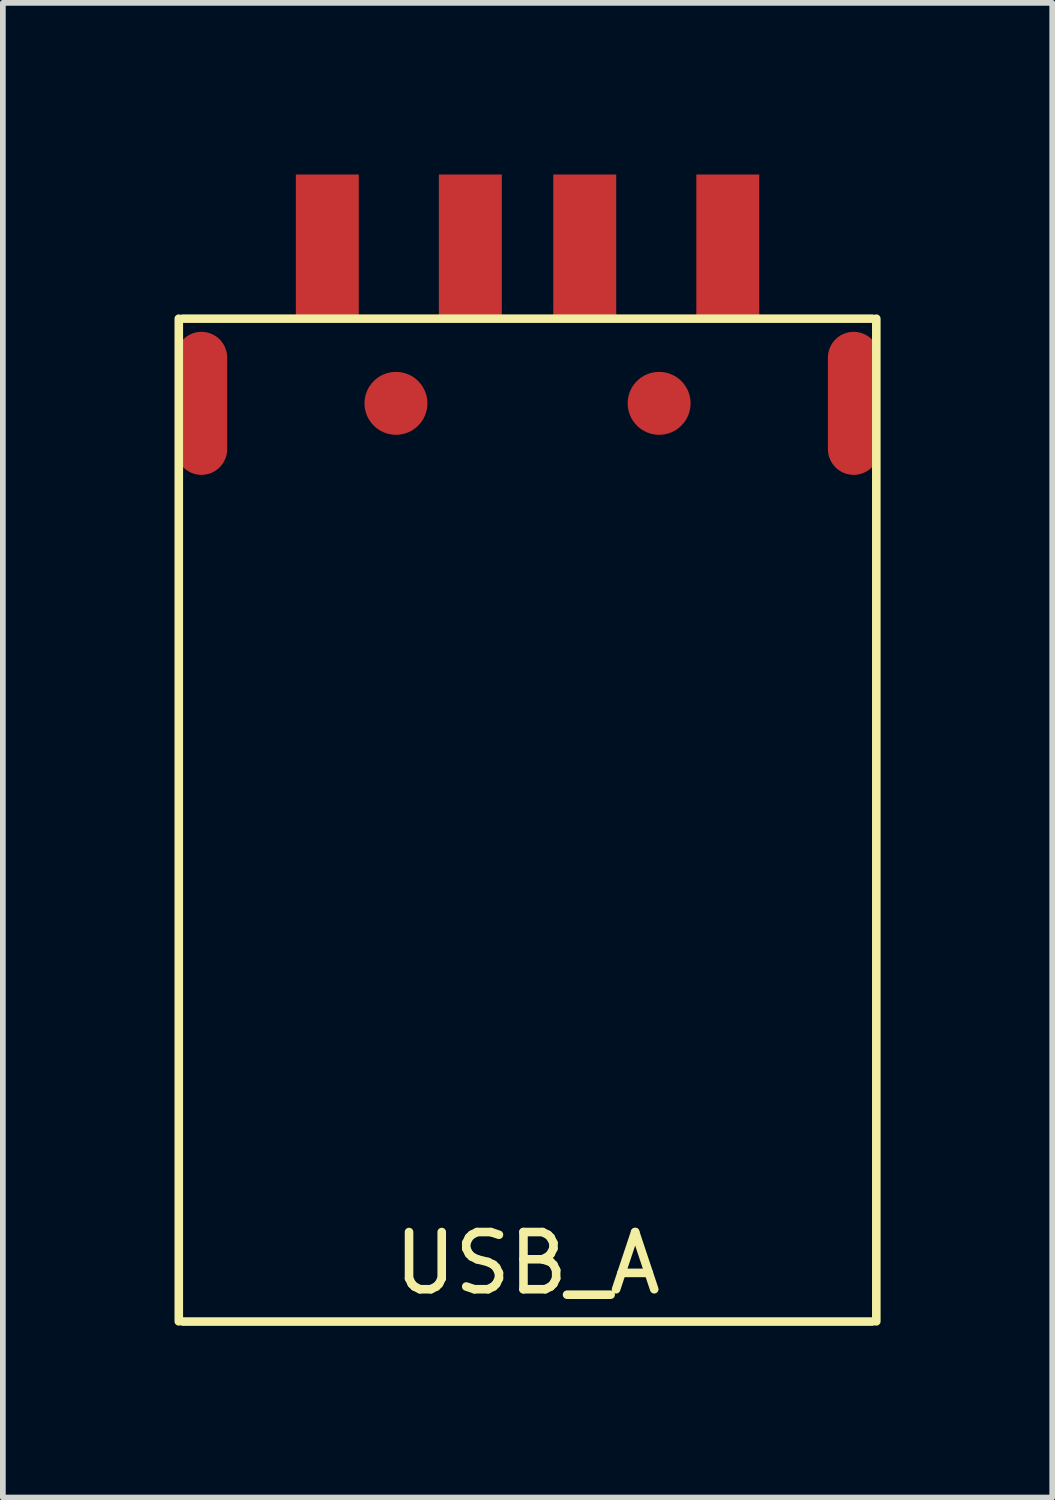
<source format=kicad_pcb>
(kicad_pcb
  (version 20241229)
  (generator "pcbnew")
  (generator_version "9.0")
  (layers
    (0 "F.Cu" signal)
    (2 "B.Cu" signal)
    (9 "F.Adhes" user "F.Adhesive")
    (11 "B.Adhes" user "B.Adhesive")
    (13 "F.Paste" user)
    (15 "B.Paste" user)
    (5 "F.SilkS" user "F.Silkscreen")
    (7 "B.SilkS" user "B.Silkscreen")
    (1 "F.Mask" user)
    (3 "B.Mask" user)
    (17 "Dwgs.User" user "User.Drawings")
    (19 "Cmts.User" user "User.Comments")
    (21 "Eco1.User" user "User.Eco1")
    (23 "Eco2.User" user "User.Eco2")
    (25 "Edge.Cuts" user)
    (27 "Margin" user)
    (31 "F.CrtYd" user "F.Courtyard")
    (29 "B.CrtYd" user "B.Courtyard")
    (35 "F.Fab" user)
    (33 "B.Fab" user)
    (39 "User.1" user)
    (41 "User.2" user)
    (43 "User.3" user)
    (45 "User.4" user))
  (footprint "USB_A"
    (layer "F.Cu")
    (at 6.171 1.25)
    (property "Reference" "USB_A" (at 0 17.78 0) (layer "F.SilkS") (effects (font (size 1 1) (thickness 0.15))))
    (attr through_hole)
    (fp_line (start -6.096 1.27) (end -6.096 18.796) (stroke (width 0.15) (type solid)) (layer "F.SilkS"))
    (fp_line (start 6.025 1.27) (end -6.025 1.27) (stroke (width 0.15) (type solid)) (layer "F.SilkS"))
    (fp_line (start 6.025 18.8) (end -6.025 18.8) (stroke (width 0.15) (type solid)) (layer "F.SilkS"))
    (fp_line (start 6.096 1.27) (end 6.096 18.796) (stroke (width 0.15) (type solid)) (layer "F.SilkS"))
    (pad "" smd oval (at -5.7 2.75) (size 0.9 2.5) (layers "F.Cu" "F.Mask" "F.Paste"))
    (pad "" smd circle (at -2.3 2.75) (size 1.1 1.1) (layers "F.Cu" "F.Mask" "F.Paste"))
    (pad "" smd circle (at 2.3 2.75) (size 1.1 1.1) (layers "F.Cu" "F.Mask" "F.Paste"))
    (pad "" smd oval (at 5.7 2.75) (size 0.9 2.5) (layers "F.Cu" "F.Mask" "F.Paste"))
    (pad "1" smd rect (at -3.5 0) (size 1.1 2.5) (layers "F.Cu" "F.Mask" "F.Paste"))
    (pad "2" smd rect (at -1 0) (size 1.1 2.5) (layers "F.Cu" "F.Mask" "F.Paste"))
    (pad "3" smd rect (at 1 0) (size 1.1 2.5) (layers "F.Cu" "F.Mask" "F.Paste"))
    (pad "4" smd rect (at 3.5 0) (size 1.1 2.5) (layers "F.Cu" "F.Mask" "F.Paste")))
  (gr_rect
    (start -3 -3)
    (end 15.342 23.125)
    (stroke (width 0.1) (type default))
    (fill no)
    (layer "Edge.Cuts")))
</source>
